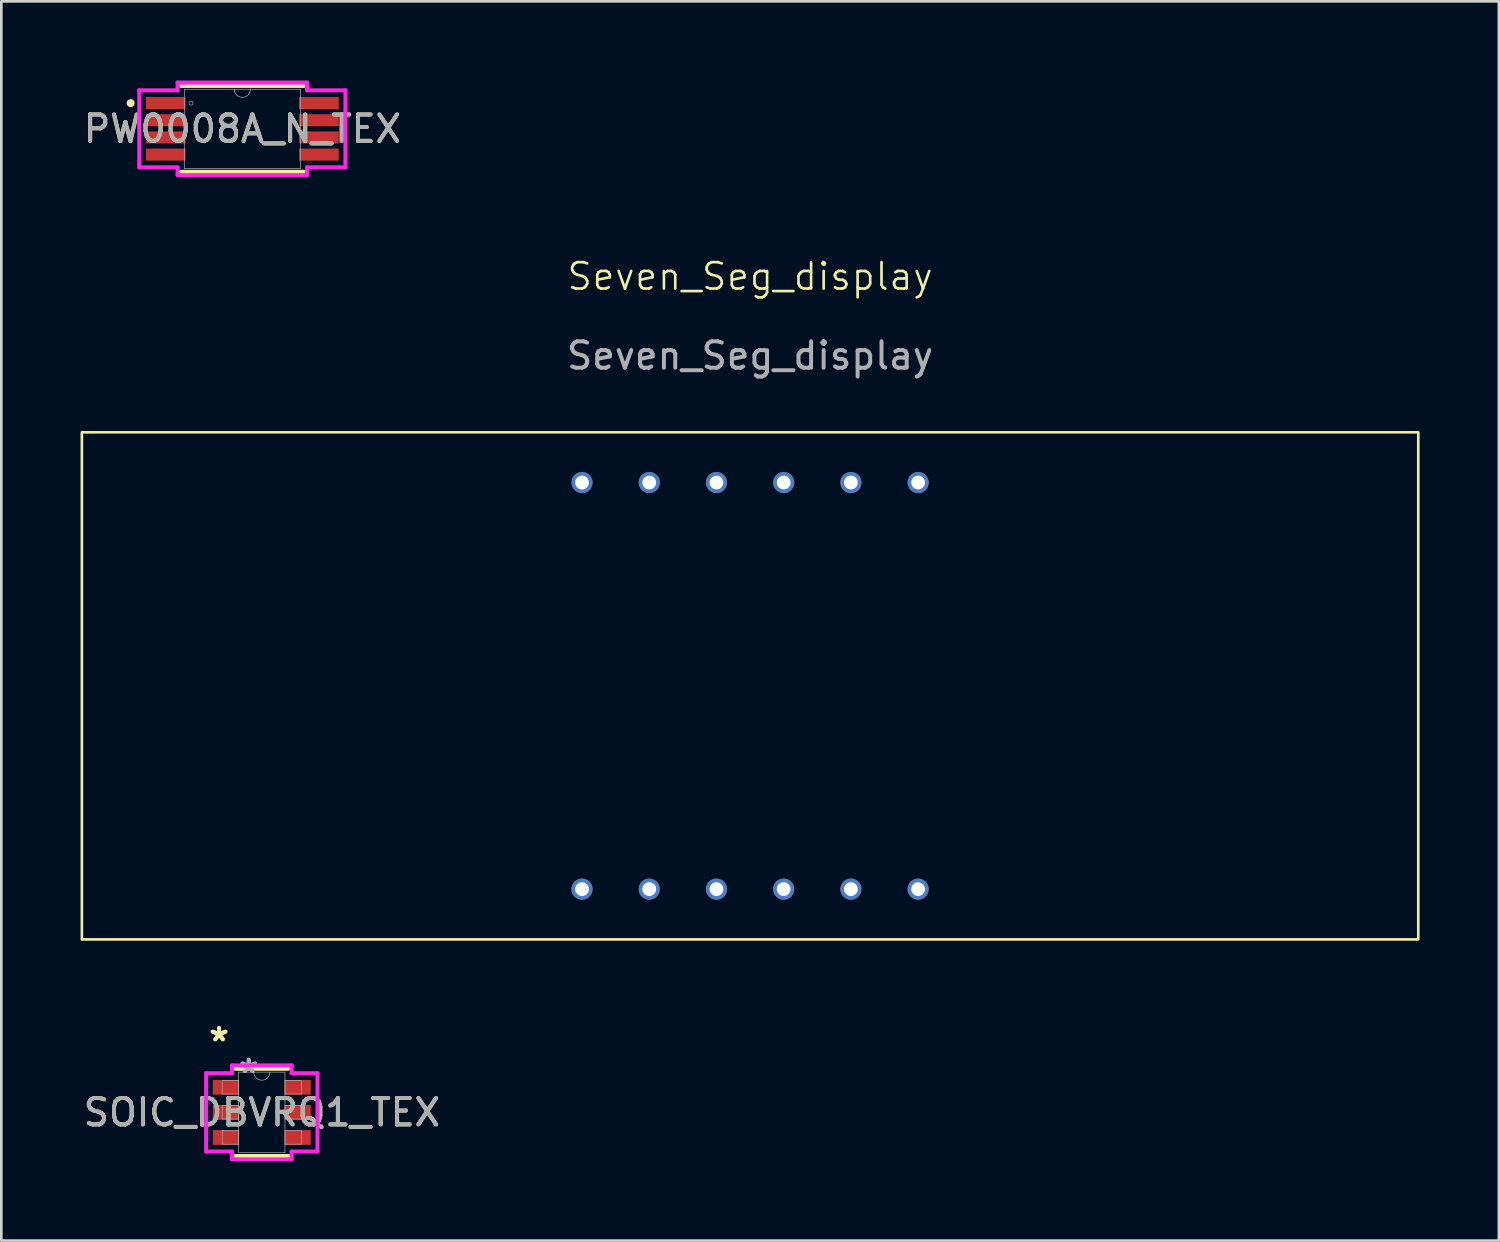
<source format=kicad_pcb>
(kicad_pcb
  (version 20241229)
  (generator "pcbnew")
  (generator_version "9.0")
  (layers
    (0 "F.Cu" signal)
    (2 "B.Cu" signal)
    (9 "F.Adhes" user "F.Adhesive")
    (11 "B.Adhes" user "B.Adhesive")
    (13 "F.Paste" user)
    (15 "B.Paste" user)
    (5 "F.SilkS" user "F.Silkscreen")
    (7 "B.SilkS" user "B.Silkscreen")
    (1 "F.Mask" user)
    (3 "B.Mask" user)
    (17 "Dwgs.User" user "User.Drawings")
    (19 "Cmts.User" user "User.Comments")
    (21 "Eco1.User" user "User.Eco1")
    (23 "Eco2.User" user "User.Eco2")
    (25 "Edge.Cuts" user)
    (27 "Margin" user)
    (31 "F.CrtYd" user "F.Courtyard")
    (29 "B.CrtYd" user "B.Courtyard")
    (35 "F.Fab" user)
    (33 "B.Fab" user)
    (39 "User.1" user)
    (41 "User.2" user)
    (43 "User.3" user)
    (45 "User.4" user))
  (footprint "PW0008A_N_TEX"
    (layer "F.Cu")
    (at 6.125 1.829)
    (property "Reference" "PW0008A_N_TEX" (at 0 0 0) (unlocked yes) (layer "F.SilkS") (effects (font (size 1 1) (thickness 0.15))))
    (attr smd)
    (fp_line (start -2.324 1.626) (end 2.324 1.626) (stroke (width 0.152) (type solid)) (layer "F.SilkS"))
    (fp_line (start 2.324 -1.626) (end -2.324 -1.626) (stroke (width 0.152) (type solid)) (layer "F.SilkS"))
    (fp_circle (center -4.228 -0.975) (end -4.152 -0.975) (stroke (width 0.152) (type solid)) (fill no) (layer "F.SilkS"))
    (fp_line (start -3.903 -1.458) (end -2.451 -1.458) (stroke (width 0.152) (type solid)) (layer "F.CrtYd"))
    (fp_line (start -3.903 1.458) (end -3.903 -1.458) (stroke (width 0.152) (type solid)) (layer "F.CrtYd"))
    (fp_line (start -3.903 1.458) (end -2.451 1.458) (stroke (width 0.152) (type solid)) (layer "F.CrtYd"))
    (fp_line (start -2.451 -1.753) (end 2.451 -1.753) (stroke (width 0.152) (type solid)) (layer "F.CrtYd"))
    (fp_line (start -2.451 -1.458) (end -2.451 -1.753) (stroke (width 0.152) (type solid)) (layer "F.CrtYd"))
    (fp_line (start -2.451 1.753) (end -2.451 1.458) (stroke (width 0.152) (type solid)) (layer "F.CrtYd"))
    (fp_line (start 2.451 -1.753) (end 2.451 -1.458) (stroke (width 0.152) (type solid)) (layer "F.CrtYd"))
    (fp_line (start 2.451 1.458) (end 2.451 1.753) (stroke (width 0.152) (type solid)) (layer "F.CrtYd"))
    (fp_line (start 2.451 1.753) (end -2.451 1.753) (stroke (width 0.152) (type solid)) (layer "F.CrtYd"))
    (fp_line (start 3.903 -1.458) (end 2.451 -1.458) (stroke (width 0.152) (type solid)) (layer "F.CrtYd"))
    (fp_line (start 3.903 -1.458) (end 3.903 1.458) (stroke (width 0.152) (type solid)) (layer "F.CrtYd"))
    (fp_line (start 3.903 1.458) (end 2.451 1.458) (stroke (width 0.152) (type solid)) (layer "F.CrtYd"))
    (fp_line (start -2.197 -1.499) (end -2.197 1.499) (stroke (width 0.025) (type solid)) (layer "F.Fab"))
    (fp_line (start -2.197 1.499) (end 2.197 1.499) (stroke (width 0.025) (type solid)) (layer "F.Fab"))
    (fp_line (start 2.197 -1.499) (end -2.197 -1.499) (stroke (width 0.025) (type solid)) (layer "F.Fab"))
    (fp_line (start 2.197 1.499) (end 2.197 -1.499) (stroke (width 0.025) (type solid)) (layer "F.Fab"))
    (fp_arc (start 0.3048 -1.4986) (mid 0 -1.1938) (end -0.3048 -1.4986) (stroke (width 0.0254) (type solid)) (layer "F.Fab"))
    (fp_circle (center -1.943 -0.975) (end -1.867 -0.975) (stroke (width 0.025) (type solid)) (fill no) (layer "F.Fab"))
    (fp_text user "${REFERENCE}" (at 0 0 0) (unlocked yes) (layer "F.Fab") (effects (font (size 1 1) (thickness 0.15))))
    (pad "1" smd rect (at -2.9 -0.975) (size 1.499 0.457) (layers "F.Cu" "F.Mask" "F.Paste"))
    (pad "2" smd rect (at -2.9 -0.325) (size 1.499 0.457) (layers "F.Cu" "F.Mask" "F.Paste"))
    (pad "3" smd rect (at -2.9 0.325) (size 1.499 0.457) (layers "F.Cu" "F.Mask" "F.Paste"))
    (pad "4" smd rect (at -2.9 0.975) (size 1.499 0.457) (layers "F.Cu" "F.Mask" "F.Paste"))
    (pad "5" smd rect (at 2.9 0.975) (size 1.499 0.457) (layers "F.Cu" "F.Mask" "F.Paste"))
    (pad "6" smd rect (at 2.9 0.325) (size 1.499 0.457) (layers "F.Cu" "F.Mask" "F.Paste"))
    (pad "7" smd rect (at 2.9 -0.325) (size 1.499 0.457) (layers "F.Cu" "F.Mask" "F.Paste"))
    (pad "8" smd rect (at 2.9 -0.975) (size 1.499 0.457) (layers "F.Cu" "F.Mask" "F.Paste")))
  (footprint "Seven_Seg_display"
    (layer "F.Cu")
    (at 25.35 22.918)
    (property "Reference" "Seven_Seg_display" (at 0 -15.5 0) (unlocked yes) (layer "F.SilkS") (effects (font (size 1 1) (thickness 0.1))))
    (attr through_hole)
    (fp_rect (start -25.3 -9.6) (end 25.3 9.6) (stroke (width 0.1) (type default)) (fill no) (layer "F.SilkS"))
    (fp_text user "${REFERENCE}" (at 0 -12.5 0) (unlocked yes) (layer "F.Fab") (effects (font (size 1 1) (thickness 0.15))))
    (pad "" np_thru_hole circle (at -6.363 -7.697 90) (size 0.8 0.8) (drill 0.52) (layers "*.Cu" "*.Mask"))
    (pad "" np_thru_hole circle (at -6.363 7.697 90) (size 0.8 0.8) (drill 0.52) (layers "*.Cu" "*.Mask"))
    (pad "" np_thru_hole circle (at -3.818 -7.697 90) (size 0.8 0.8) (drill 0.52) (layers "*.Cu" "*.Mask"))
    (pad "" np_thru_hole circle (at -3.818 7.697 90) (size 0.8 0.8) (drill 0.52) (layers "*.Cu" "*.Mask"))
    (pad "" np_thru_hole circle (at -1.273 -7.697 90) (size 0.8 0.8) (drill 0.52) (layers "*.Cu" "*.Mask"))
    (pad "" np_thru_hole circle (at -1.273 7.697 90) (size 0.8 0.8) (drill 0.52) (layers "*.Cu" "*.Mask"))
    (pad "" np_thru_hole circle (at 1.273 -7.697) (size 0.8 0.8) (drill 0.52) (layers "*.Cu" "*.Mask"))
    (pad "" np_thru_hole circle (at 1.273 7.697) (size 0.8 0.8) (drill 0.52) (layers "*.Cu" "*.Mask"))
    (pad "" np_thru_hole circle (at 3.818 -7.697 90) (size 0.8 0.8) (drill 0.52) (layers "*.Cu" "*.Mask"))
    (pad "" np_thru_hole circle (at 3.818 7.697 90) (size 0.8 0.8) (drill 0.52) (layers "*.Cu" "*.Mask"))
    (pad "" np_thru_hole circle (at 6.363 -7.697 90) (size 0.8 0.8) (drill 0.52) (layers "*.Cu" "*.Mask"))
    (pad "" np_thru_hole circle (at 6.363 7.697 90) (size 0.8 0.8) (drill 0.52) (layers "*.Cu" "*.Mask")))
  (footprint "SOIC_DBVRQ1_TEX"
    (layer "F.Cu")
    (at 6.863 39.068)
    (property "Reference" "SOIC_DBVRQ1_TEX" (at 0 0 0) (unlocked yes) (layer "F.SilkS") (effects (font (size 1 1) (thickness 0.15))))
    (attr smd)
    (fp_line (start -1.003 1.651) (end 1.003 1.651) (stroke (width 0.152) (type solid)) (layer "F.SilkS"))
    (fp_line (start 1.003 -1.651) (end -1.003 -1.651) (stroke (width 0.152) (type solid)) (layer "F.SilkS"))
    (fp_line (start -2.108 -1.483) (end -1.13 -1.483) (stroke (width 0.152) (type solid)) (layer "F.CrtYd"))
    (fp_line (start -2.108 1.483) (end -2.108 -1.483) (stroke (width 0.152) (type solid)) (layer "F.CrtYd"))
    (fp_line (start -2.108 1.483) (end -1.13 1.483) (stroke (width 0.152) (type solid)) (layer "F.CrtYd"))
    (fp_line (start -1.13 -1.778) (end 1.13 -1.778) (stroke (width 0.152) (type solid)) (layer "F.CrtYd"))
    (fp_line (start -1.13 -1.483) (end -1.13 -1.778) (stroke (width 0.152) (type solid)) (layer "F.CrtYd"))
    (fp_line (start -1.13 1.778) (end -1.13 1.483) (stroke (width 0.152) (type solid)) (layer "F.CrtYd"))
    (fp_line (start 1.13 -1.778) (end 1.13 -1.483) (stroke (width 0.152) (type solid)) (layer "F.CrtYd"))
    (fp_line (start 1.13 1.483) (end 1.13 1.778) (stroke (width 0.152) (type solid)) (layer "F.CrtYd"))
    (fp_line (start 1.13 1.778) (end -1.13 1.778) (stroke (width 0.152) (type solid)) (layer "F.CrtYd"))
    (fp_line (start 2.108 -1.483) (end 1.13 -1.483) (stroke (width 0.152) (type solid)) (layer "F.CrtYd"))
    (fp_line (start 2.108 -1.483) (end 2.108 1.483) (stroke (width 0.152) (type solid)) (layer "F.CrtYd"))
    (fp_line (start 2.108 1.483) (end 1.13 1.483) (stroke (width 0.152) (type solid)) (layer "F.CrtYd"))
    (fp_line (start -1.499 -1.204) (end -1.499 -0.696) (stroke (width 0.025) (type solid)) (layer "F.Fab"))
    (fp_line (start -1.499 -0.696) (end -0.876 -0.696) (stroke (width 0.025) (type solid)) (layer "F.Fab"))
    (fp_line (start -1.499 -0.254) (end -1.499 0.254) (stroke (width 0.025) (type solid)) (layer "F.Fab"))
    (fp_line (start -1.499 0.254) (end -0.876 0.254) (stroke (width 0.025) (type solid)) (layer "F.Fab"))
    (fp_line (start -1.499 0.696) (end -1.499 1.204) (stroke (width 0.025) (type solid)) (layer "F.Fab"))
    (fp_line (start -1.499 1.204) (end -0.876 1.204) (stroke (width 0.025) (type solid)) (layer "F.Fab"))
    (fp_line (start -0.876 -1.524) (end -0.876 1.524) (stroke (width 0.025) (type solid)) (layer "F.Fab"))
    (fp_line (start -0.876 -1.204) (end -1.499 -1.204) (stroke (width 0.025) (type solid)) (layer "F.Fab"))
    (fp_line (start -0.876 -0.696) (end -0.876 -1.204) (stroke (width 0.025) (type solid)) (layer "F.Fab"))
    (fp_line (start -0.876 -0.254) (end -1.499 -0.254) (stroke (width 0.025) (type solid)) (layer "F.Fab"))
    (fp_line (start -0.876 0.254) (end -0.876 -0.254) (stroke (width 0.025) (type solid)) (layer "F.Fab"))
    (fp_line (start -0.876 0.696) (end -1.499 0.696) (stroke (width 0.025) (type solid)) (layer "F.Fab"))
    (fp_line (start -0.876 1.204) (end -0.876 0.696) (stroke (width 0.025) (type solid)) (layer "F.Fab"))
    (fp_line (start -0.876 1.524) (end 0.876 1.524) (stroke (width 0.025) (type solid)) (layer "F.Fab"))
    (fp_line (start 0.876 -1.524) (end -0.876 -1.524) (stroke (width 0.025) (type solid)) (layer "F.Fab"))
    (fp_line (start 0.876 -1.204) (end 0.876 -0.696) (stroke (width 0.025) (type solid)) (layer "F.Fab"))
    (fp_line (start 0.876 -0.696) (end 1.499 -0.696) (stroke (width 0.025) (type solid)) (layer "F.Fab"))
    (fp_line (start 0.876 -0.254) (end 0.876 0.254) (stroke (width 0.025) (type solid)) (layer "F.Fab"))
    (fp_line (start 0.876 0.254) (end 1.499 0.254) (stroke (width 0.025) (type solid)) (layer "F.Fab"))
    (fp_line (start 0.876 0.696) (end 0.876 1.204) (stroke (width 0.025) (type solid)) (layer "F.Fab"))
    (fp_line (start 0.876 1.204) (end 1.499 1.204) (stroke (width 0.025) (type solid)) (layer "F.Fab"))
    (fp_line (start 0.876 1.524) (end 0.876 -1.524) (stroke (width 0.025) (type solid)) (layer "F.Fab"))
    (fp_line (start 1.499 -1.204) (end 0.876 -1.204) (stroke (width 0.025) (type solid)) (layer "F.Fab"))
    (fp_line (start 1.499 -0.696) (end 1.499 -1.204) (stroke (width 0.025) (type solid)) (layer "F.Fab"))
    (fp_line (start 1.499 -0.254) (end 0.876 -0.254) (stroke (width 0.025) (type solid)) (layer "F.Fab"))
    (fp_line (start 1.499 0.254) (end 1.499 -0.254) (stroke (width 0.025) (type solid)) (layer "F.Fab"))
    (fp_line (start 1.499 0.696) (end 0.876 0.696) (stroke (width 0.025) (type solid)) (layer "F.Fab"))
    (fp_line (start 1.499 1.204) (end 1.499 0.696) (stroke (width 0.025) (type solid)) (layer "F.Fab"))
    (fp_arc (start 0.3048 -1.524) (mid 0 -1.2192) (end -0.3048 -1.524) (stroke (width 0.0254) (type solid)) (layer "F.Fab"))
    (fp_text user "*" (at -1.619 -2.652 0) (layer "F.SilkS") (effects (font (size 1 1) (thickness 0.15))))
    (fp_text user "*" (at -1.619 -2.652 0) (unlocked yes) (layer "F.SilkS") (effects (font (size 1 1) (thickness 0.15))))
    (fp_text user "${REFERENCE}" (at 0 0 0) (unlocked yes) (layer "F.Fab") (effects (font (size 1 1) (thickness 0.15))))
    (fp_text user "*" (at -0.495 -1.448 0) (unlocked yes) (layer "F.Fab") (effects (font (size 1 1) (thickness 0.15))))
    (fp_text user "*" (at -0.495 -1.448 0) (layer "F.Fab") (effects (font (size 1 1) (thickness 0.15))))
    (pad "1" smd rect (at -1.365 -0.95) (size 0.978 0.559) (layers "F.Cu" "F.Mask" "F.Paste"))
    (pad "2" smd rect (at -1.365 0) (size 0.978 0.559) (layers "F.Cu" "F.Mask" "F.Paste"))
    (pad "3" smd rect (at -1.365 0.95) (size 0.978 0.559) (layers "F.Cu" "F.Mask" "F.Paste"))
    (pad "4" smd rect (at 1.365 0.95) (size 0.978 0.559) (layers "F.Cu" "F.Mask" "F.Paste"))
    (pad "5" smd rect (at 1.365 0) (size 0.978 0.559) (layers "F.Cu" "F.Mask" "F.Paste"))
    (pad "6" smd rect (at 1.365 -0.95) (size 0.978 0.559) (layers "F.Cu" "F.Mask" "F.Paste")))
  (gr_rect
    (start -3 -3)
    (end 53.7 43.922)
    (stroke (width 0.1) (type default))
    (fill no)
    (layer "Edge.Cuts")))
</source>
